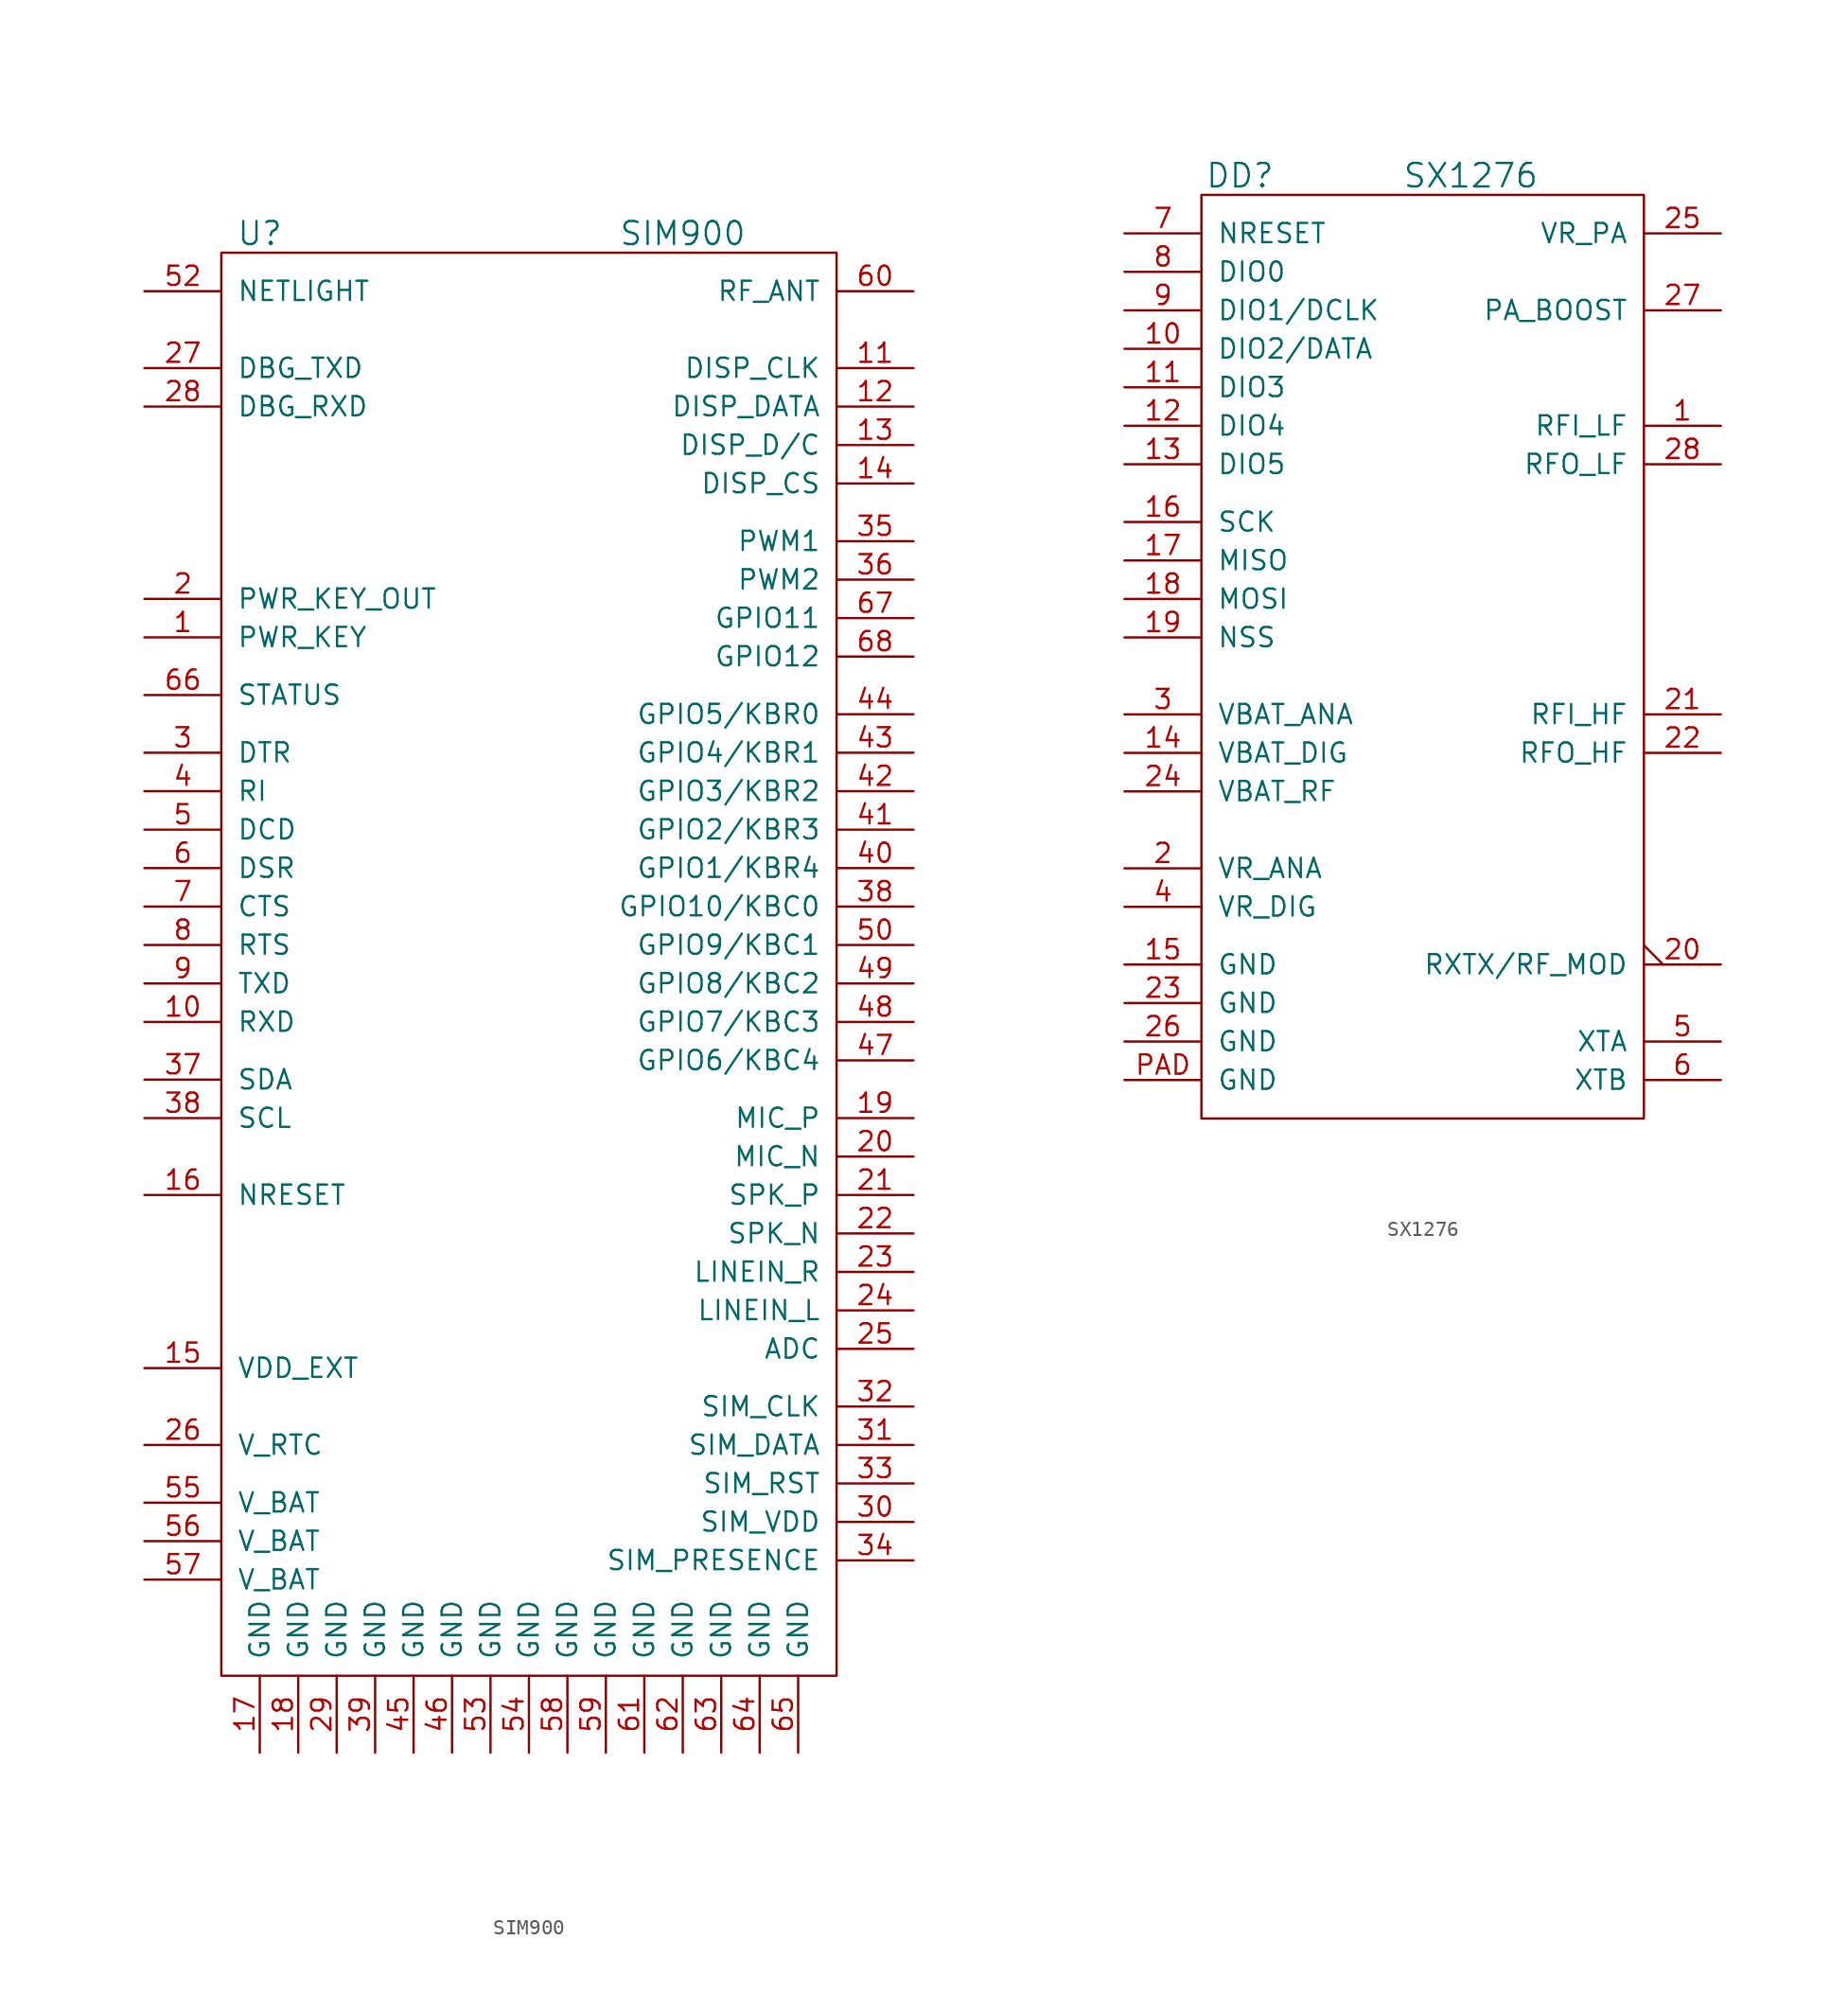
<source format=kicad_sym>
(kicad_symbol_lib
  (version 20211014)
  (generator kicad_symbol_editor)
  (symbol "SIM900"
    (pin_names
      (offset 1.016))
    (property "Reference" "U"
      (at -17.78 46.99 0)
      (effects (font (size 1.524 1.524))))
    (property "Value" "SIM900"
      (at 10.16 46.99 0)
      (effects (font (size 1.524 1.524))))
    (property "Footprint" ""
      (at 0 0 0)
      (effects (font (size 1.524 1.524))))
    (property "Datasheet" ""
      (at 0 0 0)
      (effects (font (size 1.524 1.524))))
    (symbol "SIM900_0_1"
      (rectangle (start -20.32 -48.26) (end 20.32 45.72) (stroke (width 0) (type default) (color 0 0 0 0)) (fill (type none))))
    (symbol "SIM900_1_1"
      (pin passive line (at -25.4 20.32 0) (length 5.08) (name "PWR_KEY" (effects (font (size 1.27 1.27)))) (number "1" (effects (font (size 1.27 1.27)))))
      (pin passive line (at -25.4 -5.08 0) (length 5.08) (name "RXD" (effects (font (size 1.27 1.27)))) (number "10" (effects (font (size 1.27 1.27)))))
      (pin passive line (at 25.4 38.1 180) (length 5.08) (name "DISP_CLK" (effects (font (size 1.27 1.27)))) (number "11" (effects (font (size 1.27 1.27)))))
      (pin passive line (at 25.4 35.56 180) (length 5.08) (name "DISP_DATA" (effects (font (size 1.27 1.27)))) (number "12" (effects (font (size 1.27 1.27)))))
      (pin passive line (at 25.4 33.02 180) (length 5.08) (name "DISP_D/C" (effects (font (size 1.27 1.27)))) (number "13" (effects (font (size 1.27 1.27)))))
      (pin passive line (at 25.4 30.48 180) (length 5.08) (name "DISP_CS" (effects (font (size 1.27 1.27)))) (number "14" (effects (font (size 1.27 1.27)))))
      (pin power_out line (at -25.4 -27.94 0) (length 5.08) (name "VDD_EXT" (effects (font (size 1.27 1.27)))) (number "15" (effects (font (size 1.27 1.27)))))
      (pin passive line (at -25.4 -16.51 0) (length 5.08) (name "NRESET" (effects (font (size 1.27 1.27)))) (number "16" (effects (font (size 1.27 1.27)))))
      (pin power_in line (at -17.78 -53.34 90) (length 5.08) (name "GND" (effects (font (size 1.27 1.27)))) (number "17" (effects (font (size 1.27 1.27)))))
      (pin power_in line (at -15.24 -53.34 90) (length 5.08) (name "GND" (effects (font (size 1.27 1.27)))) (number "18" (effects (font (size 1.27 1.27)))))
      (pin passive line (at 25.4 -11.43 180) (length 5.08) (name "MIC_P" (effects (font (size 1.27 1.27)))) (number "19" (effects (font (size 1.27 1.27)))))
      (pin passive line (at -25.4 22.86 0) (length 5.08) (name "PWR_KEY_OUT" (effects (font (size 1.27 1.27)))) (number "2" (effects (font (size 1.27 1.27)))))
      (pin passive line (at 25.4 -13.97 180) (length 5.08) (name "MIC_N" (effects (font (size 1.27 1.27)))) (number "20" (effects (font (size 1.27 1.27)))))
      (pin passive line (at 25.4 -16.51 180) (length 5.08) (name "SPK_P" (effects (font (size 1.27 1.27)))) (number "21" (effects (font (size 1.27 1.27)))))
      (pin passive line (at 25.4 -19.05 180) (length 5.08) (name "SPK_N" (effects (font (size 1.27 1.27)))) (number "22" (effects (font (size 1.27 1.27)))))
      (pin passive line (at 25.4 -21.59 180) (length 5.08) (name "LINEIN_R" (effects (font (size 1.27 1.27)))) (number "23" (effects (font (size 1.27 1.27)))))
      (pin passive line (at 25.4 -24.13 180) (length 5.08) (name "LINEIN_L" (effects (font (size 1.27 1.27)))) (number "24" (effects (font (size 1.27 1.27)))))
      (pin passive line (at 25.4 -26.67 180) (length 5.08) (name "ADC" (effects (font (size 1.27 1.27)))) (number "25" (effects (font (size 1.27 1.27)))))
      (pin passive line (at -25.4 -33.02 0) (length 5.08) (name "V_RTC" (effects (font (size 1.27 1.27)))) (number "26" (effects (font (size 1.27 1.27)))))
      (pin passive line (at -25.4 38.1 0) (length 5.08) (name "DBG_TXD" (effects (font (size 1.27 1.27)))) (number "27" (effects (font (size 1.27 1.27)))))
      (pin passive line (at -25.4 35.56 0) (length 5.08) (name "DBG_RXD" (effects (font (size 1.27 1.27)))) (number "28" (effects (font (size 1.27 1.27)))))
      (pin power_in line (at -12.7 -53.34 90) (length 5.08) (name "GND" (effects (font (size 1.27 1.27)))) (number "29" (effects (font (size 1.27 1.27)))))
      (pin passive line (at -25.4 12.7 0) (length 5.08) (name "DTR" (effects (font (size 1.27 1.27)))) (number "3" (effects (font (size 1.27 1.27)))))
      (pin power_out line (at 25.4 -38.1 180) (length 5.08) (name "SIM_VDD" (effects (font (size 1.27 1.27)))) (number "30" (effects (font (size 1.27 1.27)))))
      (pin passive line (at 25.4 -33.02 180) (length 5.08) (name "SIM_DATA" (effects (font (size 1.27 1.27)))) (number "31" (effects (font (size 1.27 1.27)))))
      (pin passive line (at 25.4 -30.48 180) (length 5.08) (name "SIM_CLK" (effects (font (size 1.27 1.27)))) (number "32" (effects (font (size 1.27 1.27)))))
      (pin passive line (at 25.4 -35.56 180) (length 5.08) (name "SIM_RST" (effects (font (size 1.27 1.27)))) (number "33" (effects (font (size 1.27 1.27)))))
      (pin passive line (at 25.4 -40.64 180) (length 5.08) (name "SIM_PRESENCE" (effects (font (size 1.27 1.27)))) (number "34" (effects (font (size 1.27 1.27)))))
      (pin passive line (at 25.4 26.67 180) (length 5.08) (name "PWM1" (effects (font (size 1.27 1.27)))) (number "35" (effects (font (size 1.27 1.27)))))
      (pin passive line (at 25.4 24.13 180) (length 5.08) (name "PWM2" (effects (font (size 1.27 1.27)))) (number "36" (effects (font (size 1.27 1.27)))))
      (pin passive line (at -25.4 -8.89 0) (length 5.08) (name "SDA" (effects (font (size 1.27 1.27)))) (number "37" (effects (font (size 1.27 1.27)))))
      (pin passive line (at 25.4 2.54 180) (length 5.08) (name "GPIO10/KBC0" (effects (font (size 1.27 1.27)))) (number "38" (effects (font (size 1.27 1.27)))))
      (pin passive line (at -25.4 -11.43 0) (length 5.08) (name "SCL" (effects (font (size 1.27 1.27)))) (number "38" (effects (font (size 1.27 1.27)))))
      (pin power_in line (at -10.16 -53.34 90) (length 5.08) (name "GND" (effects (font (size 1.27 1.27)))) (number "39" (effects (font (size 1.27 1.27)))))
      (pin passive line (at -25.4 10.16 0) (length 5.08) (name "RI" (effects (font (size 1.27 1.27)))) (number "4" (effects (font (size 1.27 1.27)))))
      (pin passive line (at 25.4 5.08 180) (length 5.08) (name "GPIO1/KBR4" (effects (font (size 1.27 1.27)))) (number "40" (effects (font (size 1.27 1.27)))))
      (pin passive line (at 25.4 7.62 180) (length 5.08) (name "GPIO2/KBR3" (effects (font (size 1.27 1.27)))) (number "41" (effects (font (size 1.27 1.27)))))
      (pin passive line (at 25.4 10.16 180) (length 5.08) (name "GPIO3/KBR2" (effects (font (size 1.27 1.27)))) (number "42" (effects (font (size 1.27 1.27)))))
      (pin passive line (at 25.4 12.7 180) (length 5.08) (name "GPIO4/KBR1" (effects (font (size 1.27 1.27)))) (number "43" (effects (font (size 1.27 1.27)))))
      (pin passive line (at 25.4 15.24 180) (length 5.08) (name "GPIO5/KBR0" (effects (font (size 1.27 1.27)))) (number "44" (effects (font (size 1.27 1.27)))))
      (pin power_in line (at -7.62 -53.34 90) (length 5.08) (name "GND" (effects (font (size 1.27 1.27)))) (number "45" (effects (font (size 1.27 1.27)))))
      (pin power_in line (at -5.08 -53.34 90) (length 5.08) (name "GND" (effects (font (size 1.27 1.27)))) (number "46" (effects (font (size 1.27 1.27)))))
      (pin passive line (at 25.4 -7.62 180) (length 5.08) (name "GPIO6/KBC4" (effects (font (size 1.27 1.27)))) (number "47" (effects (font (size 1.27 1.27)))))
      (pin passive line (at 25.4 -5.08 180) (length 5.08) (name "GPIO7/KBC3" (effects (font (size 1.27 1.27)))) (number "48" (effects (font (size 1.27 1.27)))))
      (pin passive line (at 25.4 -2.54 180) (length 5.08) (name "GPIO8/KBC2" (effects (font (size 1.27 1.27)))) (number "49" (effects (font (size 1.27 1.27)))))
      (pin passive line (at -25.4 7.62 0) (length 5.08) (name "DCD" (effects (font (size 1.27 1.27)))) (number "5" (effects (font (size 1.27 1.27)))))
      (pin passive line (at 25.4 0 180) (length 5.08) (name "GPIO9/KBC1" (effects (font (size 1.27 1.27)))) (number "50" (effects (font (size 1.27 1.27)))))
      (pin passive line (at -25.4 43.18 0) (length 5.08) (name "NETLIGHT" (effects (font (size 1.27 1.27)))) (number "52" (effects (font (size 1.27 1.27)))))
      (pin power_in line (at -2.54 -53.34 90) (length 5.08) (name "GND" (effects (font (size 1.27 1.27)))) (number "53" (effects (font (size 1.27 1.27)))))
      (pin power_in line (at 0 -53.34 90) (length 5.08) (name "GND" (effects (font (size 1.27 1.27)))) (number "54" (effects (font (size 1.27 1.27)))))
      (pin power_in line (at -25.4 -36.83 0) (length 5.08) (name "V_BAT" (effects (font (size 1.27 1.27)))) (number "55" (effects (font (size 1.27 1.27)))))
      (pin power_in line (at -25.4 -39.37 0) (length 5.08) (name "V_BAT" (effects (font (size 1.27 1.27)))) (number "56" (effects (font (size 1.27 1.27)))))
      (pin power_in line (at -25.4 -41.91 0) (length 5.08) (name "V_BAT" (effects (font (size 1.27 1.27)))) (number "57" (effects (font (size 1.27 1.27)))))
      (pin power_in line (at 2.54 -53.34 90) (length 5.08) (name "GND" (effects (font (size 1.27 1.27)))) (number "58" (effects (font (size 1.27 1.27)))))
      (pin power_in line (at 5.08 -53.34 90) (length 5.08) (name "GND" (effects (font (size 1.27 1.27)))) (number "59" (effects (font (size 1.27 1.27)))))
      (pin passive line (at -25.4 5.08 0) (length 5.08) (name "DSR" (effects (font (size 1.27 1.27)))) (number "6" (effects (font (size 1.27 1.27)))))
      (pin passive line (at 25.4 43.18 180) (length 5.08) (name "RF_ANT" (effects (font (size 1.27 1.27)))) (number "60" (effects (font (size 1.27 1.27)))))
      (pin power_in line (at 7.62 -53.34 90) (length 5.08) (name "GND" (effects (font (size 1.27 1.27)))) (number "61" (effects (font (size 1.27 1.27)))))
      (pin power_in line (at 10.16 -53.34 90) (length 5.08) (name "GND" (effects (font (size 1.27 1.27)))) (number "62" (effects (font (size 1.27 1.27)))))
      (pin power_in line (at 12.7 -53.34 90) (length 5.08) (name "GND" (effects (font (size 1.27 1.27)))) (number "63" (effects (font (size 1.27 1.27)))))
      (pin power_in line (at 15.24 -53.34 90) (length 5.08) (name "GND" (effects (font (size 1.27 1.27)))) (number "64" (effects (font (size 1.27 1.27)))))
      (pin power_in line (at 17.78 -53.34 90) (length 5.08) (name "GND" (effects (font (size 1.27 1.27)))) (number "65" (effects (font (size 1.27 1.27)))))
      (pin passive line (at -25.4 16.51 0) (length 5.08) (name "STATUS" (effects (font (size 1.27 1.27)))) (number "66" (effects (font (size 1.27 1.27)))))
      (pin passive line (at 25.4 21.59 180) (length 5.08) (name "GPIO11" (effects (font (size 1.27 1.27)))) (number "67" (effects (font (size 1.27 1.27)))))
      (pin passive line (at 25.4 19.05 180) (length 5.08) (name "GPIO12" (effects (font (size 1.27 1.27)))) (number "68" (effects (font (size 1.27 1.27)))))
      (pin passive line (at -25.4 2.54 0) (length 5.08) (name "CTS" (effects (font (size 1.27 1.27)))) (number "7" (effects (font (size 1.27 1.27)))))
      (pin passive line (at -25.4 0 0) (length 5.08) (name "RTS" (effects (font (size 1.27 1.27)))) (number "8" (effects (font (size 1.27 1.27)))))
      (pin passive line (at -25.4 -2.54 0) (length 5.08) (name "TXD" (effects (font (size 1.27 1.27)))) (number "9" (effects (font (size 1.27 1.27)))))))
  (symbol "SX1276"
    (pin_names
      (offset 1.016))
    (property "Reference" "DD"
      (at -12.7 31.75 0)
      (effects (font (size 1.549 1.549))))
    (property "Value" "SX1276"
      (at 2.54 31.75 0)
      (effects (font (size 1.549 1.549))))
    (symbol "SX1276_0_1"
      (rectangle (start -15.24 30.48) (end 13.97 -30.48) (stroke (width 0) (type default) (color 0 0 0 0)) (fill (type none)))
      (pin passive line (at 19.05 -6.35 180) (length 5.08) (name "RFO_HF" (effects (font (size 1.27 1.27)))) (number "22" (effects (font (size 1.27 1.27)))))
      (pin power_in line (at -20.32 -22.86 0) (length 5.08) (name "GND" (effects (font (size 1.27 1.27)))) (number "23" (effects (font (size 1.27 1.27)))))
      (pin power_in line (at -20.32 -8.89 0) (length 5.08) (name "VBAT_RF" (effects (font (size 1.27 1.27)))) (number "24" (effects (font (size 1.27 1.27)))))
      (pin passive line (at 19.05 27.94 180) (length 5.08) (name "VR_PA" (effects (font (size 1.27 1.27)))) (number "25" (effects (font (size 1.27 1.27)))))
      (pin power_in line (at -20.32 -25.4 0) (length 5.08) (name "GND" (effects (font (size 1.27 1.27)))) (number "26" (effects (font (size 1.27 1.27)))))
      (pin passive line (at 19.05 22.86 180) (length 5.08) (name "PA_BOOST" (effects (font (size 1.27 1.27)))) (number "27" (effects (font (size 1.27 1.27)))))
      (pin passive line (at 19.05 12.7 180) (length 5.08) (name "RFO_LF" (effects (font (size 1.27 1.27)))) (number "28" (effects (font (size 1.27 1.27))))))
    (symbol "SX1276_1_1"
      (pin passive line (at 19.05 15.24 180) (length 5.08) (name "RFI_LF" (effects (font (size 1.27 1.27)))) (number "1" (effects (font (size 1.27 1.27)))))
      (pin passive line (at -20.32 20.32 0) (length 5.08) (name "DIO2/DATA" (effects (font (size 1.27 1.27)))) (number "10" (effects (font (size 1.27 1.27)))))
      (pin passive line (at -20.32 17.78 0) (length 5.08) (name "DIO3" (effects (font (size 1.27 1.27)))) (number "11" (effects (font (size 1.27 1.27)))))
      (pin passive line (at -20.32 15.24 0) (length 5.08) (name "DIO4" (effects (font (size 1.27 1.27)))) (number "12" (effects (font (size 1.27 1.27)))))
      (pin passive line (at -20.32 12.7 0) (length 5.08) (name "DIO5" (effects (font (size 1.27 1.27)))) (number "13" (effects (font (size 1.27 1.27)))))
      (pin power_in line (at -20.32 -6.35 0) (length 5.08) (name "VBAT_DIG" (effects (font (size 1.27 1.27)))) (number "14" (effects (font (size 1.27 1.27)))))
      (pin power_in line (at -20.32 -20.32 0) (length 5.08) (name "GND" (effects (font (size 1.27 1.27)))) (number "15" (effects (font (size 1.27 1.27)))))
      (pin passive line (at -20.32 8.89 0) (length 5.08) (name "SCK" (effects (font (size 1.27 1.27)))) (number "16" (effects (font (size 1.27 1.27)))))
      (pin passive line (at -20.32 6.35 0) (length 5.08) (name "MISO" (effects (font (size 1.27 1.27)))) (number "17" (effects (font (size 1.27 1.27)))))
      (pin passive line (at -20.32 3.81 0) (length 5.08) (name "MOSI" (effects (font (size 1.27 1.27)))) (number "18" (effects (font (size 1.27 1.27)))))
      (pin passive line (at -20.32 1.27 0) (length 5.08) (name "NSS" (effects (font (size 1.27 1.27)))) (number "19" (effects (font (size 1.27 1.27)))))
      (pin passive line (at -20.32 -13.97 0) (length 5.08) (name "VR_ANA" (effects (font (size 1.27 1.27)))) (number "2" (effects (font (size 1.27 1.27)))))
      (pin passive output_low (at 19.05 -20.32 180) (length 5.08) (name "RXTX/RF_MOD" (effects (font (size 1.27 1.27)))) (number "20" (effects (font (size 1.27 1.27)))))
      (pin passive line (at 19.05 -3.81 180) (length 5.08) (name "RFI_HF" (effects (font (size 1.27 1.27)))) (number "21" (effects (font (size 1.27 1.27)))))
      (pin power_in line (at -20.32 -3.81 0) (length 5.08) (name "VBAT_ANA" (effects (font (size 1.27 1.27)))) (number "3" (effects (font (size 1.27 1.27)))))
      (pin passive line (at -20.32 -16.51 0) (length 5.08) (name "VR_DIG" (effects (font (size 1.27 1.27)))) (number "4" (effects (font (size 1.27 1.27)))))
      (pin passive line (at 19.05 -25.4 180) (length 5.08) (name "XTA" (effects (font (size 1.27 1.27)))) (number "5" (effects (font (size 1.27 1.27)))))
      (pin passive line (at 19.05 -27.94 180) (length 5.08) (name "XTB" (effects (font (size 1.27 1.27)))) (number "6" (effects (font (size 1.27 1.27)))))
      (pin passive line (at -20.32 27.94 0) (length 5.08) (name "NRESET" (effects (font (size 1.27 1.27)))) (number "7" (effects (font (size 1.27 1.27)))))
      (pin passive line (at -20.32 25.4 0) (length 5.08) (name "DIO0" (effects (font (size 1.27 1.27)))) (number "8" (effects (font (size 1.27 1.27)))))
      (pin passive line (at -20.32 22.86 0) (length 5.08) (name "DIO1/DCLK" (effects (font (size 1.27 1.27)))) (number "9" (effects (font (size 1.27 1.27)))))
      (pin power_in line (at -20.32 -27.94 0) (length 5.08) (name "GND" (effects (font (size 1.27 1.27)))) (number "PAD" (effects (font (size 1.27 1.27))))))))
</source>
